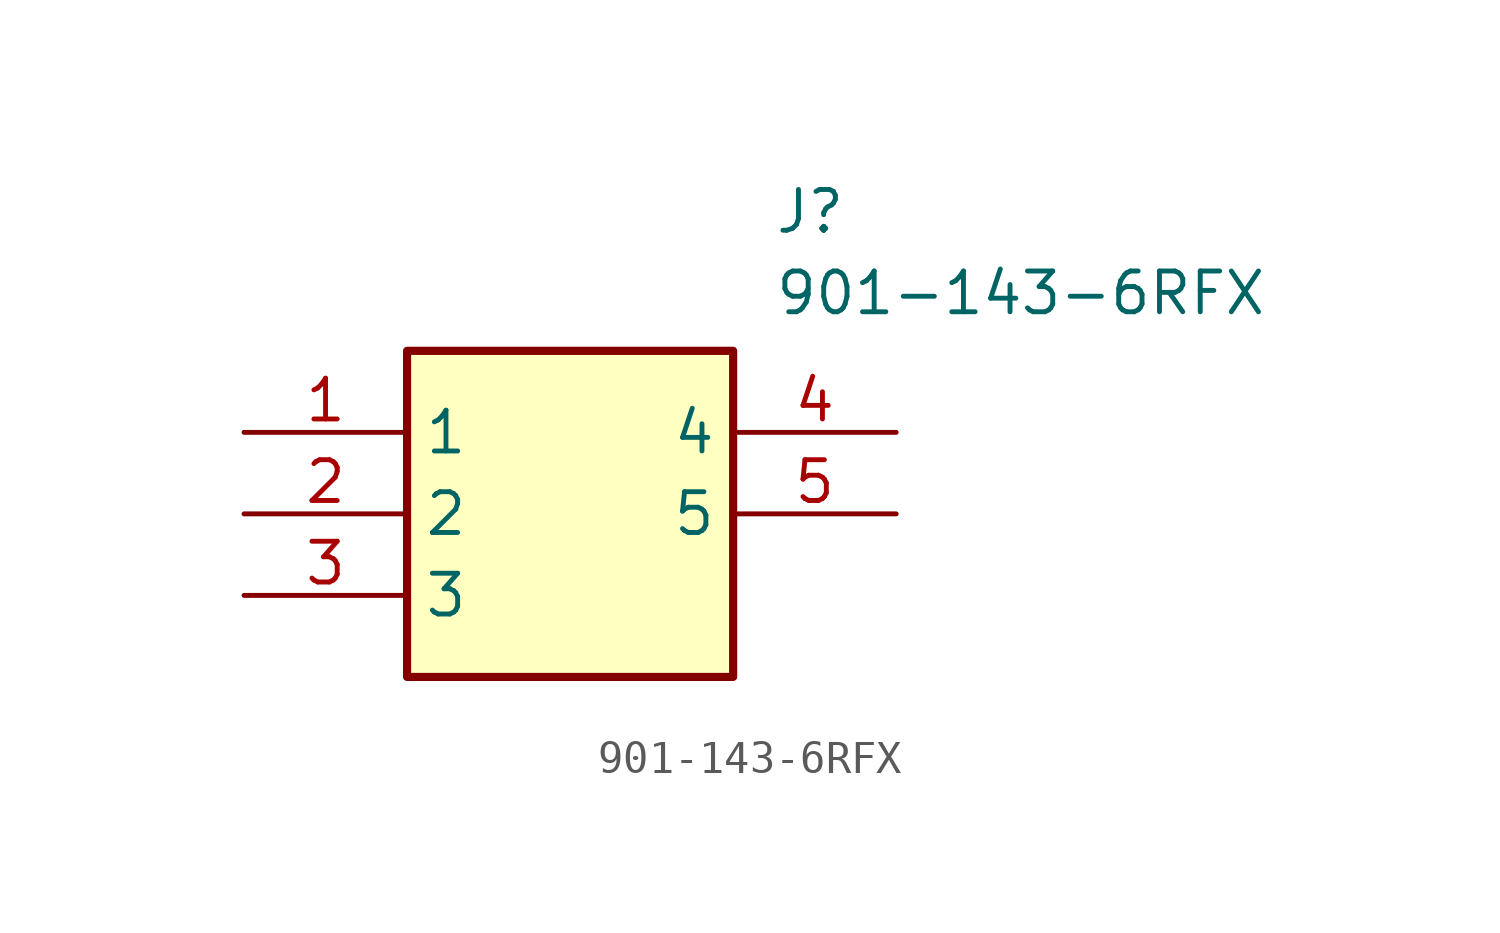
<source format=kicad_sym>
(kicad_symbol_lib
  (version 20211014)
  (generator SamacSys_ECAD_Model)
  (symbol "901-143-6RFX"
    (property "Reference" "J"
      (at 16.51 7.62 0)
      (effects (font (size 1.27 1.27)) (justify left top)))
    (property "Value" "901-143-6RFX"
      (at 16.51 5.08 0)
      (effects (font (size 1.27 1.27)) (justify left top)))
    (rectangle
      (start 5.08 2.54)
      (end 15.24 -7.62)
      (stroke (width 0.254) (type default))
      (fill (type background)))
    (pin passive line
      (at 0 0 0)
      (length 5.08)
      (name "1" (effects (font (size 1.27 1.27))))
      (number "1" (effects (font (size 1.27 1.27)))))
    (pin passive line
      (at 0 -2.54 0)
      (length 5.08)
      (name "2" (effects (font (size 1.27 1.27))))
      (number "2" (effects (font (size 1.27 1.27)))))
    (pin passive line
      (at 0 -5.08 0)
      (length 5.08)
      (name "3" (effects (font (size 1.27 1.27))))
      (number "3" (effects (font (size 1.27 1.27)))))
    (pin passive line
      (at 20.32 0 180)
      (length 5.08)
      (name "4" (effects (font (size 1.27 1.27))))
      (number "4" (effects (font (size 1.27 1.27)))))
    (pin passive line
      (at 20.32 -2.54 180)
      (length 5.08)
      (name "5" (effects (font (size 1.27 1.27))))
      (number "5" (effects (font (size 1.27 1.27)))))))
</source>
